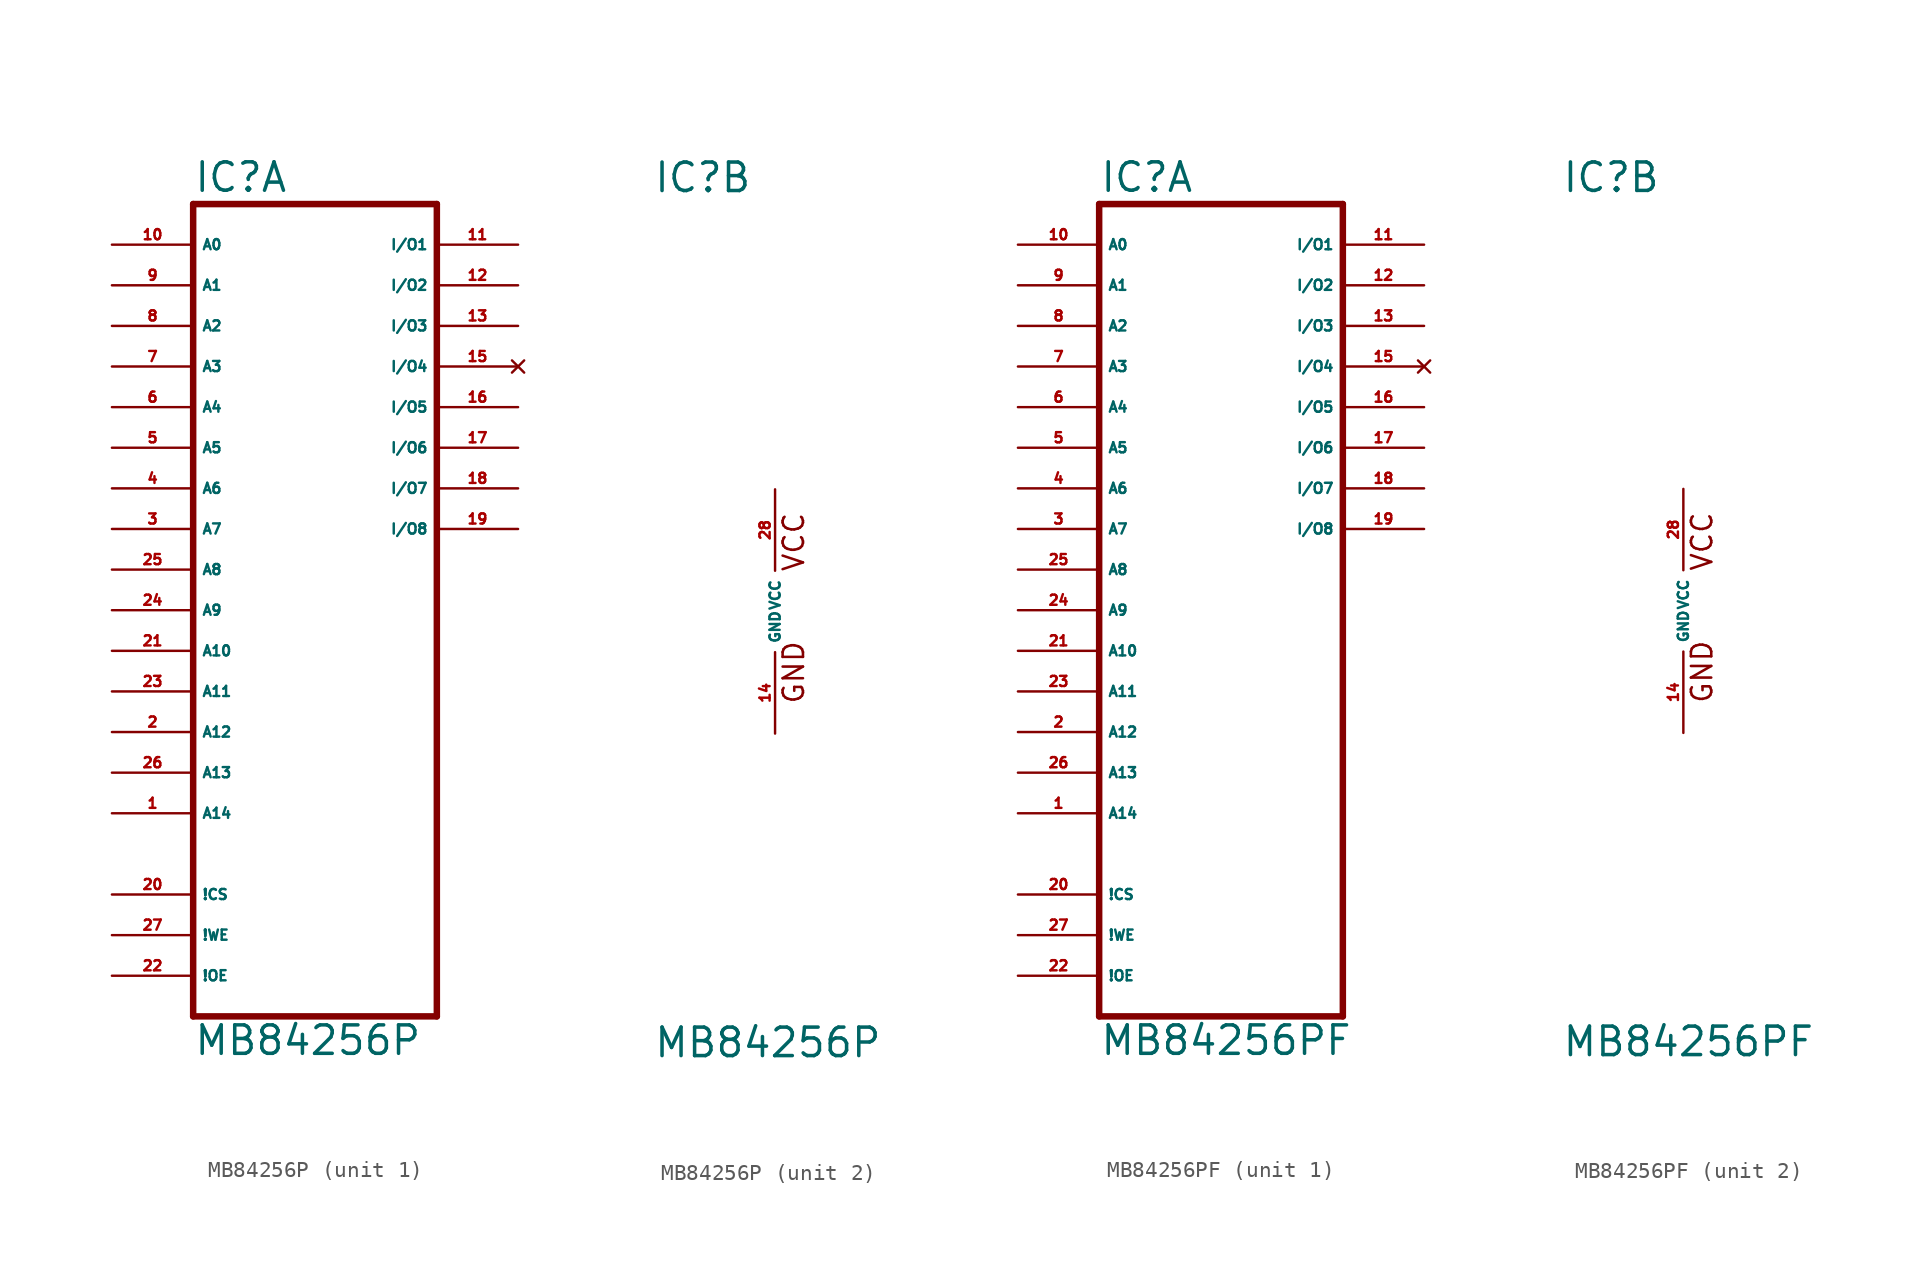
<source format=kicad_sym>
(kicad_symbol_lib
  (version 20220914)
  (generator Eagle2Kicad)
  (symbol "MB84256P"
    (property "Reference" "IC"
      (at -7.62 26.035 0)
      (effects (font (size 1.778 1.778) (thickness 0.22)) (justify left bottom)))
    (property "Value" "MB84256P"
      (at -7.62 -27.94 0)
      (effects (font (size 1.778 1.778) (thickness 0.22)) (justify left bottom)))
    (symbol "MB84256P_1_0"
      (polyline (pts (xy -7.62 -25.4) (xy -7.62 25.4)) (stroke (width 0.406) (type default)) (fill (type none)))
      (polyline (pts (xy -7.62 25.4) (xy 7.62 25.4)) (stroke (width 0.406) (type default)) (fill (type none)))
      (polyline (pts (xy 7.62 25.4) (xy 7.62 -25.4)) (stroke (width 0.406) (type default)) (fill (type none)))
      (polyline (pts (xy 7.62 -25.4) (xy -7.62 -25.4)) (stroke (width 0.406) (type default)) (fill (type none)))
      (pin input line (at -12.7 22.86 0) (length 5.08) (name "A0" (effects (font (size 0.635 0.635) (thickness 0.08)) (justify left bottom))) (number "10" (effects (font (size 0.635 0.635) (thickness 0.08)) (justify left bottom))))
      (pin input line (at -12.7 20.32 0) (length 5.08) (name "A1" (effects (font (size 0.635 0.635) (thickness 0.08)) (justify left bottom))) (number "9" (effects (font (size 0.635 0.635) (thickness 0.08)) (justify left bottom))))
      (pin input line (at -12.7 17.78 0) (length 5.08) (name "A2" (effects (font (size 0.635 0.635) (thickness 0.08)) (justify left bottom))) (number "8" (effects (font (size 0.635 0.635) (thickness 0.08)) (justify left bottom))))
      (pin input line (at -12.7 15.24 0) (length 5.08) (name "A3" (effects (font (size 0.635 0.635) (thickness 0.08)) (justify left bottom))) (number "7" (effects (font (size 0.635 0.635) (thickness 0.08)) (justify left bottom))))
      (pin input line (at -12.7 12.7 0) (length 5.08) (name "A4" (effects (font (size 0.635 0.635) (thickness 0.08)) (justify left bottom))) (number "6" (effects (font (size 0.635 0.635) (thickness 0.08)) (justify left bottom))))
      (pin input line (at -12.7 7.62 0) (length 5.08) (name "A6" (effects (font (size 0.635 0.635) (thickness 0.08)) (justify left bottom))) (number "4" (effects (font (size 0.635 0.635) (thickness 0.08)) (justify left bottom))))
      (pin input line (at -12.7 10.16 0) (length 5.08) (name "A5" (effects (font (size 0.635 0.635) (thickness 0.08)) (justify left bottom))) (number "5" (effects (font (size 0.635 0.635) (thickness 0.08)) (justify left bottom))))
      (pin input line (at -12.7 5.08 0) (length 5.08) (name "A7" (effects (font (size 0.635 0.635) (thickness 0.08)) (justify left bottom))) (number "3" (effects (font (size 0.635 0.635) (thickness 0.08)) (justify left bottom))))
      (pin input line (at -12.7 2.54 0) (length 5.08) (name "A8" (effects (font (size 0.635 0.635) (thickness 0.08)) (justify left bottom))) (number "25" (effects (font (size 0.635 0.635) (thickness 0.08)) (justify left bottom))))
      (pin input line (at -12.7 0 0) (length 5.08) (name "A9" (effects (font (size 0.635 0.635) (thickness 0.08)) (justify left bottom))) (number "24" (effects (font (size 0.635 0.635) (thickness 0.08)) (justify left bottom))))
      (pin input line (at -12.7 -2.54 0) (length 5.08) (name "A10" (effects (font (size 0.635 0.635) (thickness 0.08)) (justify left bottom))) (number "21" (effects (font (size 0.635 0.635) (thickness 0.08)) (justify left bottom))))
      (pin input line (at -12.7 -5.08 0) (length 5.08) (name "A11" (effects (font (size 0.635 0.635) (thickness 0.08)) (justify left bottom))) (number "23" (effects (font (size 0.635 0.635) (thickness 0.08)) (justify left bottom))))
      (pin bidirectional line (at 12.7 22.86 180) (length 5.08) (name "I/O1" (effects (font (size 0.635 0.635) (thickness 0.08)) (justify left bottom))) (number "11" (effects (font (size 0.635 0.635) (thickness 0.08)) (justify left bottom))))
      (pin bidirectional line (at 12.7 20.32 180) (length 5.08) (name "I/O2" (effects (font (size 0.635 0.635) (thickness 0.08)) (justify left bottom))) (number "12" (effects (font (size 0.635 0.635) (thickness 0.08)) (justify left bottom))))
      (pin bidirectional line (at 12.7 17.78 180) (length 5.08) (name "I/O3" (effects (font (size 0.635 0.635) (thickness 0.08)) (justify left bottom))) (number "13" (effects (font (size 0.635 0.635) (thickness 0.08)) (justify left bottom))))
      (pin no_connect line (at 12.7 15.24 180) (length 5.08) (name "I/O4" (effects (font (size 0.635 0.635) (thickness 0.08)) (justify left bottom) hide)) (number "15" (effects (font (size 0.635 0.635) (thickness 0.08)) (justify left bottom) hide)))
      (pin input line (at -12.7 -17.78 0) (length 5.08) (name "!CS" (effects (font (size 0.635 0.635) (thickness 0.08)) (justify left bottom))) (number "20" (effects (font (size 0.635 0.635) (thickness 0.08)) (justify left bottom))))
      (pin input line (at -12.7 -20.32 0) (length 5.08) (name "!WE" (effects (font (size 0.635 0.635) (thickness 0.08)) (justify left bottom))) (number "27" (effects (font (size 0.635 0.635) (thickness 0.08)) (justify left bottom))))
      (pin input line (at -12.7 -7.62 0) (length 5.08) (name "A12" (effects (font (size 0.635 0.635) (thickness 0.08)) (justify left bottom))) (number "2" (effects (font (size 0.635 0.635) (thickness 0.08)) (justify left bottom))))
      (pin input line (at -12.7 -10.16 0) (length 5.08) (name "A13" (effects (font (size 0.635 0.635) (thickness 0.08)) (justify left bottom))) (number "26" (effects (font (size 0.635 0.635) (thickness 0.08)) (justify left bottom))))
      (pin input line (at -12.7 -22.86 0) (length 5.08) (name "!OE" (effects (font (size 0.635 0.635) (thickness 0.08)) (justify left bottom))) (number "22" (effects (font (size 0.635 0.635) (thickness 0.08)) (justify left bottom))))
      (pin bidirectional line (at 12.7 10.16 180) (length 5.08) (name "I/O6" (effects (font (size 0.635 0.635) (thickness 0.08)) (justify left bottom))) (number "17" (effects (font (size 0.635 0.635) (thickness 0.08)) (justify left bottom))))
      (pin input line (at -12.7 -12.7 0) (length 5.08) (name "A14" (effects (font (size 0.635 0.635) (thickness 0.08)) (justify left bottom))) (number "1" (effects (font (size 0.635 0.635) (thickness 0.08)) (justify left bottom))))
      (pin bidirectional line (at 12.7 12.7 180) (length 5.08) (name "I/O5" (effects (font (size 0.635 0.635) (thickness 0.08)) (justify left bottom))) (number "16" (effects (font (size 0.635 0.635) (thickness 0.08)) (justify left bottom))))
      (pin bidirectional line (at 12.7 7.62 180) (length 5.08) (name "I/O7" (effects (font (size 0.635 0.635) (thickness 0.08)) (justify left bottom))) (number "18" (effects (font (size 0.635 0.635) (thickness 0.08)) (justify left bottom))))
      (pin bidirectional line (at 12.7 5.08 180) (length 5.08) (name "I/O8" (effects (font (size 0.635 0.635) (thickness 0.08)) (justify left bottom))) (number "19" (effects (font (size 0.635 0.635) (thickness 0.08)) (justify left bottom)))))
    (symbol "MB84256P_2_0"
      (text "VCC" (at 1.905 2.413 900) (effects (font (size 1.27 1.27) (thickness 0.16)) (justify left bottom)))
      (text "GND" (at 1.905 -5.842 900) (effects (font (size 1.27 1.27) (thickness 0.16)) (justify left bottom)))
      (pin unspecified line (at 0 -7.62 90) (length 5.08) (name "GND" (effects (font (size 0.635 0.635) (thickness 0.08)) (justify left bottom))) (number "14" (effects (font (size 0.635 0.635) (thickness 0.08)) (justify left bottom))))
      (pin unspecified line (at 0 7.62 270) (length 5.08) (name "VCC" (effects (font (size 0.635 0.635) (thickness 0.08)) (justify left bottom))) (number "28" (effects (font (size 0.635 0.635) (thickness 0.08)) (justify left bottom))))))
  (symbol "MB84256PF"
    (property "Reference" "IC"
      (at -7.62 26.035 0)
      (effects (font (size 1.778 1.778) (thickness 0.22)) (justify left bottom)))
    (property "Value" "MB84256PF"
      (at -7.62 -27.94 0)
      (effects (font (size 1.778 1.778) (thickness 0.22)) (justify left bottom)))
    (symbol "MB84256PF_1_0"
      (polyline (pts (xy -7.62 -25.4) (xy -7.62 25.4)) (stroke (width 0.406) (type default)) (fill (type none)))
      (polyline (pts (xy -7.62 25.4) (xy 7.62 25.4)) (stroke (width 0.406) (type default)) (fill (type none)))
      (polyline (pts (xy 7.62 25.4) (xy 7.62 -25.4)) (stroke (width 0.406) (type default)) (fill (type none)))
      (polyline (pts (xy 7.62 -25.4) (xy -7.62 -25.4)) (stroke (width 0.406) (type default)) (fill (type none)))
      (pin input line (at -12.7 22.86 0) (length 5.08) (name "A0" (effects (font (size 0.635 0.635) (thickness 0.08)) (justify left bottom))) (number "10" (effects (font (size 0.635 0.635) (thickness 0.08)) (justify left bottom))))
      (pin input line (at -12.7 20.32 0) (length 5.08) (name "A1" (effects (font (size 0.635 0.635) (thickness 0.08)) (justify left bottom))) (number "9" (effects (font (size 0.635 0.635) (thickness 0.08)) (justify left bottom))))
      (pin input line (at -12.7 17.78 0) (length 5.08) (name "A2" (effects (font (size 0.635 0.635) (thickness 0.08)) (justify left bottom))) (number "8" (effects (font (size 0.635 0.635) (thickness 0.08)) (justify left bottom))))
      (pin input line (at -12.7 15.24 0) (length 5.08) (name "A3" (effects (font (size 0.635 0.635) (thickness 0.08)) (justify left bottom))) (number "7" (effects (font (size 0.635 0.635) (thickness 0.08)) (justify left bottom))))
      (pin input line (at -12.7 12.7 0) (length 5.08) (name "A4" (effects (font (size 0.635 0.635) (thickness 0.08)) (justify left bottom))) (number "6" (effects (font (size 0.635 0.635) (thickness 0.08)) (justify left bottom))))
      (pin input line (at -12.7 7.62 0) (length 5.08) (name "A6" (effects (font (size 0.635 0.635) (thickness 0.08)) (justify left bottom))) (number "4" (effects (font (size 0.635 0.635) (thickness 0.08)) (justify left bottom))))
      (pin input line (at -12.7 10.16 0) (length 5.08) (name "A5" (effects (font (size 0.635 0.635) (thickness 0.08)) (justify left bottom))) (number "5" (effects (font (size 0.635 0.635) (thickness 0.08)) (justify left bottom))))
      (pin input line (at -12.7 5.08 0) (length 5.08) (name "A7" (effects (font (size 0.635 0.635) (thickness 0.08)) (justify left bottom))) (number "3" (effects (font (size 0.635 0.635) (thickness 0.08)) (justify left bottom))))
      (pin input line (at -12.7 2.54 0) (length 5.08) (name "A8" (effects (font (size 0.635 0.635) (thickness 0.08)) (justify left bottom))) (number "25" (effects (font (size 0.635 0.635) (thickness 0.08)) (justify left bottom))))
      (pin input line (at -12.7 0 0) (length 5.08) (name "A9" (effects (font (size 0.635 0.635) (thickness 0.08)) (justify left bottom))) (number "24" (effects (font (size 0.635 0.635) (thickness 0.08)) (justify left bottom))))
      (pin input line (at -12.7 -2.54 0) (length 5.08) (name "A10" (effects (font (size 0.635 0.635) (thickness 0.08)) (justify left bottom))) (number "21" (effects (font (size 0.635 0.635) (thickness 0.08)) (justify left bottom))))
      (pin input line (at -12.7 -5.08 0) (length 5.08) (name "A11" (effects (font (size 0.635 0.635) (thickness 0.08)) (justify left bottom))) (number "23" (effects (font (size 0.635 0.635) (thickness 0.08)) (justify left bottom))))
      (pin bidirectional line (at 12.7 22.86 180) (length 5.08) (name "I/O1" (effects (font (size 0.635 0.635) (thickness 0.08)) (justify left bottom))) (number "11" (effects (font (size 0.635 0.635) (thickness 0.08)) (justify left bottom))))
      (pin bidirectional line (at 12.7 20.32 180) (length 5.08) (name "I/O2" (effects (font (size 0.635 0.635) (thickness 0.08)) (justify left bottom))) (number "12" (effects (font (size 0.635 0.635) (thickness 0.08)) (justify left bottom))))
      (pin bidirectional line (at 12.7 17.78 180) (length 5.08) (name "I/O3" (effects (font (size 0.635 0.635) (thickness 0.08)) (justify left bottom))) (number "13" (effects (font (size 0.635 0.635) (thickness 0.08)) (justify left bottom))))
      (pin no_connect line (at 12.7 15.24 180) (length 5.08) (name "I/O4" (effects (font (size 0.635 0.635) (thickness 0.08)) (justify left bottom) hide)) (number "15" (effects (font (size 0.635 0.635) (thickness 0.08)) (justify left bottom) hide)))
      (pin input line (at -12.7 -17.78 0) (length 5.08) (name "!CS" (effects (font (size 0.635 0.635) (thickness 0.08)) (justify left bottom))) (number "20" (effects (font (size 0.635 0.635) (thickness 0.08)) (justify left bottom))))
      (pin input line (at -12.7 -20.32 0) (length 5.08) (name "!WE" (effects (font (size 0.635 0.635) (thickness 0.08)) (justify left bottom))) (number "27" (effects (font (size 0.635 0.635) (thickness 0.08)) (justify left bottom))))
      (pin input line (at -12.7 -7.62 0) (length 5.08) (name "A12" (effects (font (size 0.635 0.635) (thickness 0.08)) (justify left bottom))) (number "2" (effects (font (size 0.635 0.635) (thickness 0.08)) (justify left bottom))))
      (pin input line (at -12.7 -10.16 0) (length 5.08) (name "A13" (effects (font (size 0.635 0.635) (thickness 0.08)) (justify left bottom))) (number "26" (effects (font (size 0.635 0.635) (thickness 0.08)) (justify left bottom))))
      (pin input line (at -12.7 -22.86 0) (length 5.08) (name "!OE" (effects (font (size 0.635 0.635) (thickness 0.08)) (justify left bottom))) (number "22" (effects (font (size 0.635 0.635) (thickness 0.08)) (justify left bottom))))
      (pin bidirectional line (at 12.7 10.16 180) (length 5.08) (name "I/O6" (effects (font (size 0.635 0.635) (thickness 0.08)) (justify left bottom))) (number "17" (effects (font (size 0.635 0.635) (thickness 0.08)) (justify left bottom))))
      (pin input line (at -12.7 -12.7 0) (length 5.08) (name "A14" (effects (font (size 0.635 0.635) (thickness 0.08)) (justify left bottom))) (number "1" (effects (font (size 0.635 0.635) (thickness 0.08)) (justify left bottom))))
      (pin bidirectional line (at 12.7 12.7 180) (length 5.08) (name "I/O5" (effects (font (size 0.635 0.635) (thickness 0.08)) (justify left bottom))) (number "16" (effects (font (size 0.635 0.635) (thickness 0.08)) (justify left bottom))))
      (pin bidirectional line (at 12.7 7.62 180) (length 5.08) (name "I/O7" (effects (font (size 0.635 0.635) (thickness 0.08)) (justify left bottom))) (number "18" (effects (font (size 0.635 0.635) (thickness 0.08)) (justify left bottom))))
      (pin bidirectional line (at 12.7 5.08 180) (length 5.08) (name "I/O8" (effects (font (size 0.635 0.635) (thickness 0.08)) (justify left bottom))) (number "19" (effects (font (size 0.635 0.635) (thickness 0.08)) (justify left bottom)))))
    (symbol "MB84256PF_2_0"
      (text "VCC" (at 1.905 2.413 900) (effects (font (size 1.27 1.27) (thickness 0.16)) (justify left bottom)))
      (text "GND" (at 1.905 -5.842 900) (effects (font (size 1.27 1.27) (thickness 0.16)) (justify left bottom)))
      (pin unspecified line (at 0 -7.62 90) (length 5.08) (name "GND" (effects (font (size 0.635 0.635) (thickness 0.08)) (justify left bottom))) (number "14" (effects (font (size 0.635 0.635) (thickness 0.08)) (justify left bottom))))
      (pin unspecified line (at 0 7.62 270) (length 5.08) (name "VCC" (effects (font (size 0.635 0.635) (thickness 0.08)) (justify left bottom))) (number "28" (effects (font (size 0.635 0.635) (thickness 0.08)) (justify left bottom)))))))
</source>
